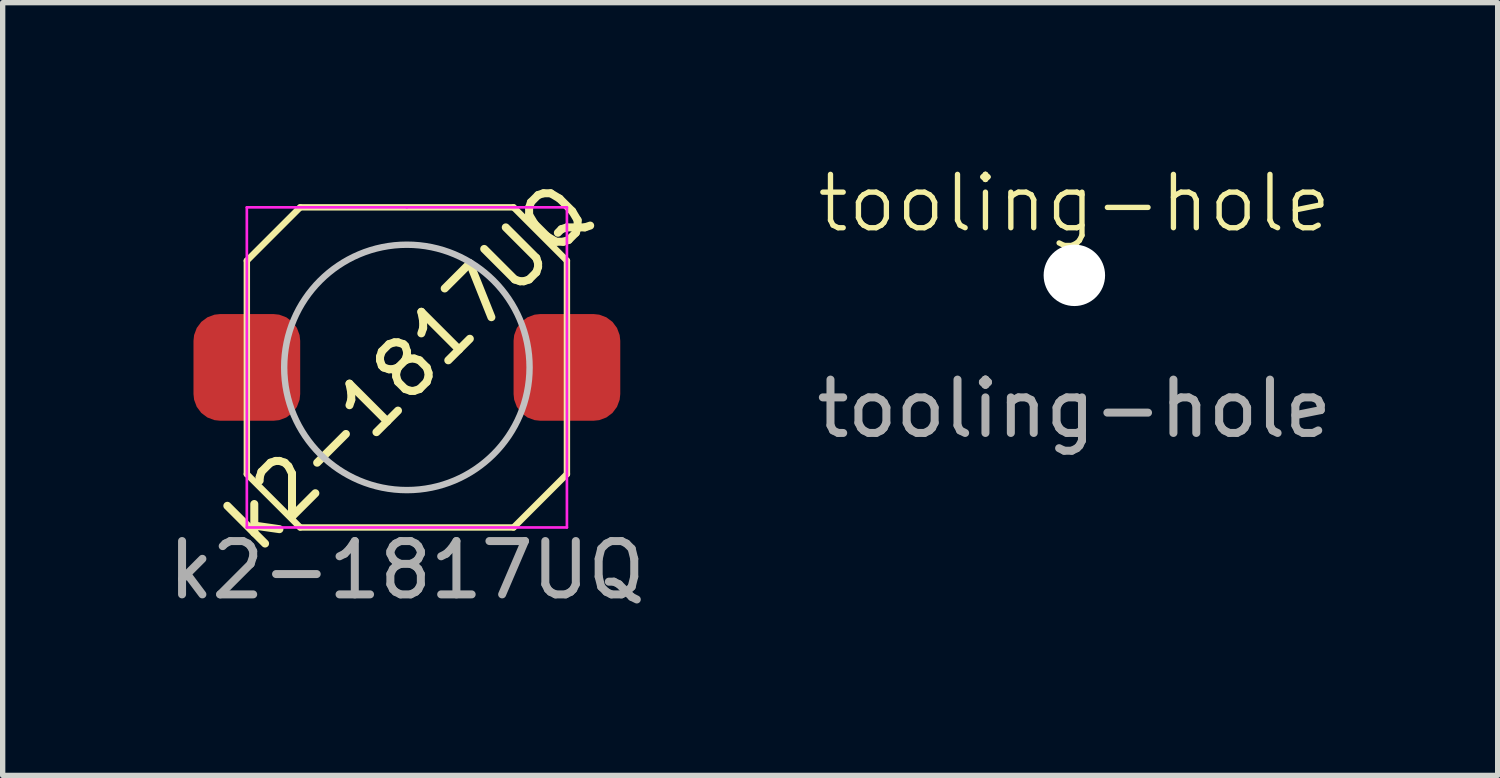
<source format=kicad_pcb>
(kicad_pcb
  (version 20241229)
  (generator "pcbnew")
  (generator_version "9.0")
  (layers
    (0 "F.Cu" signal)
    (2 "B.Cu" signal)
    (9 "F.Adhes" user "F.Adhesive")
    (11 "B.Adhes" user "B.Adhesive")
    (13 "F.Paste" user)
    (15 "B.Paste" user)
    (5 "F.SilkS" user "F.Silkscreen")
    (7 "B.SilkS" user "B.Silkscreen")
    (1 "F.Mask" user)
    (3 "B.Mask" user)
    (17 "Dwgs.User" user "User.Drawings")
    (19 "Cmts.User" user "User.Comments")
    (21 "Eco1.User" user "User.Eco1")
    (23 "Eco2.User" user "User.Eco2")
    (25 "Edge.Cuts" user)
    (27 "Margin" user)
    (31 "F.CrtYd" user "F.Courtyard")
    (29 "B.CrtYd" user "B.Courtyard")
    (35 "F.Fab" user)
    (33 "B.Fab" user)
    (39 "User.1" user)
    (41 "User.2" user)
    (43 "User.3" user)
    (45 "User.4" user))
  (footprint "k2-1817UQ"
    (layer "F.Cu")
    (at 4.577 3.837)
    (property "Reference" "k2-1817UQ" (at 0 0 45) (unlocked yes) (layer "F.SilkS") (effects (font (size 1 1) (thickness 0.15))))
    (attr smd)
    (fp_line (start -3 -2) (end -2 -3) (stroke (width 0.12) (type solid)) (layer "F.SilkS"))
    (fp_line (start -3 2) (end -3 -2) (stroke (width 0.12) (type solid)) (layer "F.SilkS"))
    (fp_line (start -2 -3) (end 2 -3) (stroke (width 0.12) (type solid)) (layer "F.SilkS"))
    (fp_line (start -2 3) (end -3 2) (stroke (width 0.12) (type solid)) (layer "F.SilkS"))
    (fp_line (start 2 -3) (end 3 -2) (stroke (width 0.12) (type solid)) (layer "F.SilkS"))
    (fp_line (start 2 3) (end -2 3) (stroke (width 0.12) (type solid)) (layer "F.SilkS"))
    (fp_line (start 3 -2) (end 3 2) (stroke (width 0.12) (type solid)) (layer "F.SilkS"))
    (fp_line (start 3 2) (end 2 3) (stroke (width 0.12) (type solid)) (layer "F.SilkS"))
    (fp_circle (center 0 0) (end 2.3 0) (stroke (width 0.12) (type solid)) (fill no) (layer "Dwgs.User"))
    (fp_line (start -3 -3) (end 0 -3) (stroke (width 0.05) (type solid)) (layer "F.CrtYd"))
    (fp_line (start -3 3) (end -3 -3) (stroke (width 0.05) (type solid)) (layer "F.CrtYd"))
    (fp_line (start 0 -3) (end 3 -3) (stroke (width 0.05) (type solid)) (layer "F.CrtYd"))
    (fp_line (start 3 -3) (end 3 3) (stroke (width 0.05) (type solid)) (layer "F.CrtYd"))
    (fp_line (start 3 3) (end -3 3) (stroke (width 0.05) (type solid)) (layer "F.CrtYd"))
    (fp_text user "${REFERENCE}" (at 0 3.8 0) (unlocked yes) (layer "F.Fab") (effects (font (size 1 1) (thickness 0.15))))
    (pad "1" smd roundrect (at -3 0) (size 2 2) (layers "F.Cu" "F.Mask" "F.Paste") (roundrect_rratio 0.25))
    (pad "2" smd roundrect (at 3 0) (size 2 2) (layers "F.Cu" "F.Mask" "F.Paste") (roundrect_rratio 0.25)))
  (footprint "tooling-hole"
    (layer "F.Cu")
    (at 17.089 2.111)
    (property "Reference" "tooling-hole" (at 0 -1.35 0) (unlocked yes) (layer "F.SilkS") (effects (font (size 1 1) (thickness 0.1))))
    (attr through_hole)
    (fp_text user "${REFERENCE}" (at 0 2.5 0) (unlocked yes) (layer "F.Fab") (effects (font (size 1 1) (thickness 0.15))))
    (pad "" np_thru_hole circle (at 0 0) (size 1.152 1.152) (drill 1.152) (layers "*.Cu" "*.Mask")))
  (gr_rect
    (start -3 -3)
    (end 25.024 11.485)
    (stroke (width 0.1) (type default))
    (fill no)
    (layer "Edge.Cuts")))
</source>
